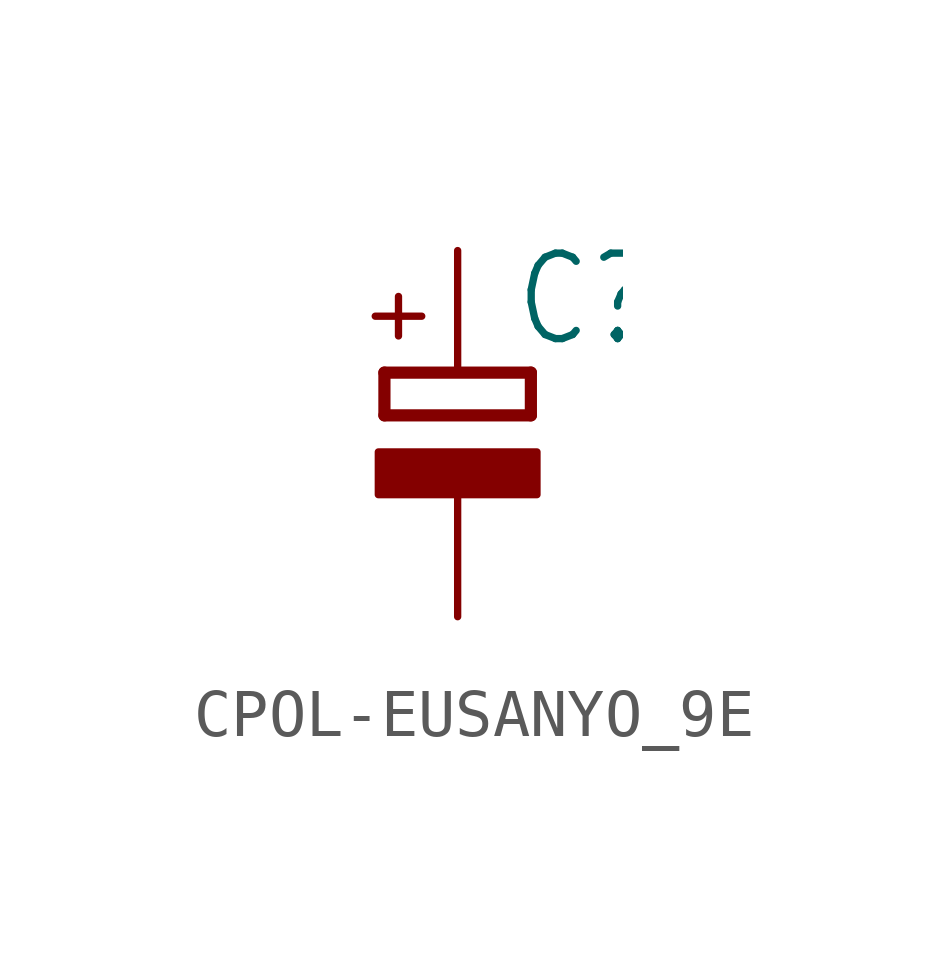
<source format=kicad_sym>
(kicad_symbol_lib
  (version 20241209)
  (generator "kicad_symbol_editor")
  (generator_version "9.0")
  (symbol "CPOL-EUSANYO_9E"
    (property "Reference" "C"
      (at 1.143 0.483 0)
      (effects (font (size 1.778 1.511)) (justify left bottom)))
    (property "Value" ""
      (at 1.143 -4.597 0)
      (effects (font (size 1.778 1.511)) (justify left bottom)))
    (property "ki_locked" ""
      (at 0 0 0)
      (effects (font (size 1.27 1.27))))
    (symbol "CPOL-EUSANYO_9E_1_0"
      (rectangle (start -1.651 -2.54) (end 1.651 -1.651) (stroke (width 0) (type default)) (fill (type outline)))
      (polyline (pts (xy -1.524 0) (xy -1.524 -0.889)) (stroke (width 0.254) (type solid)) (fill (type none)))
      (polyline (pts (xy -1.524 0) (xy 1.524 0)) (stroke (width 0.254) (type solid)) (fill (type none)))
      (polyline (pts (xy -1.524 -0.889) (xy 1.524 -0.889)) (stroke (width 0.254) (type solid)) (fill (type none)))
      (polyline (pts (xy 1.524 -0.889) (xy 1.524 0)) (stroke (width 0.254) (type solid)) (fill (type none)))
      (text "+" (at -0.584 0.406 900) (effects (font (size 1.27 1.079)) (justify left bottom)))
      (pin passive line (at 0 2.54 270) (length 2.54) (name "+" (effects (font (size 0 0)))) (number "+" (effects (font (size 0 0)))))
      (pin passive line (at 0 -5.08 90) (length 2.54) (name "-" (effects (font (size 0 0)))) (number "-" (effects (font (size 0 0))))))))
</source>
